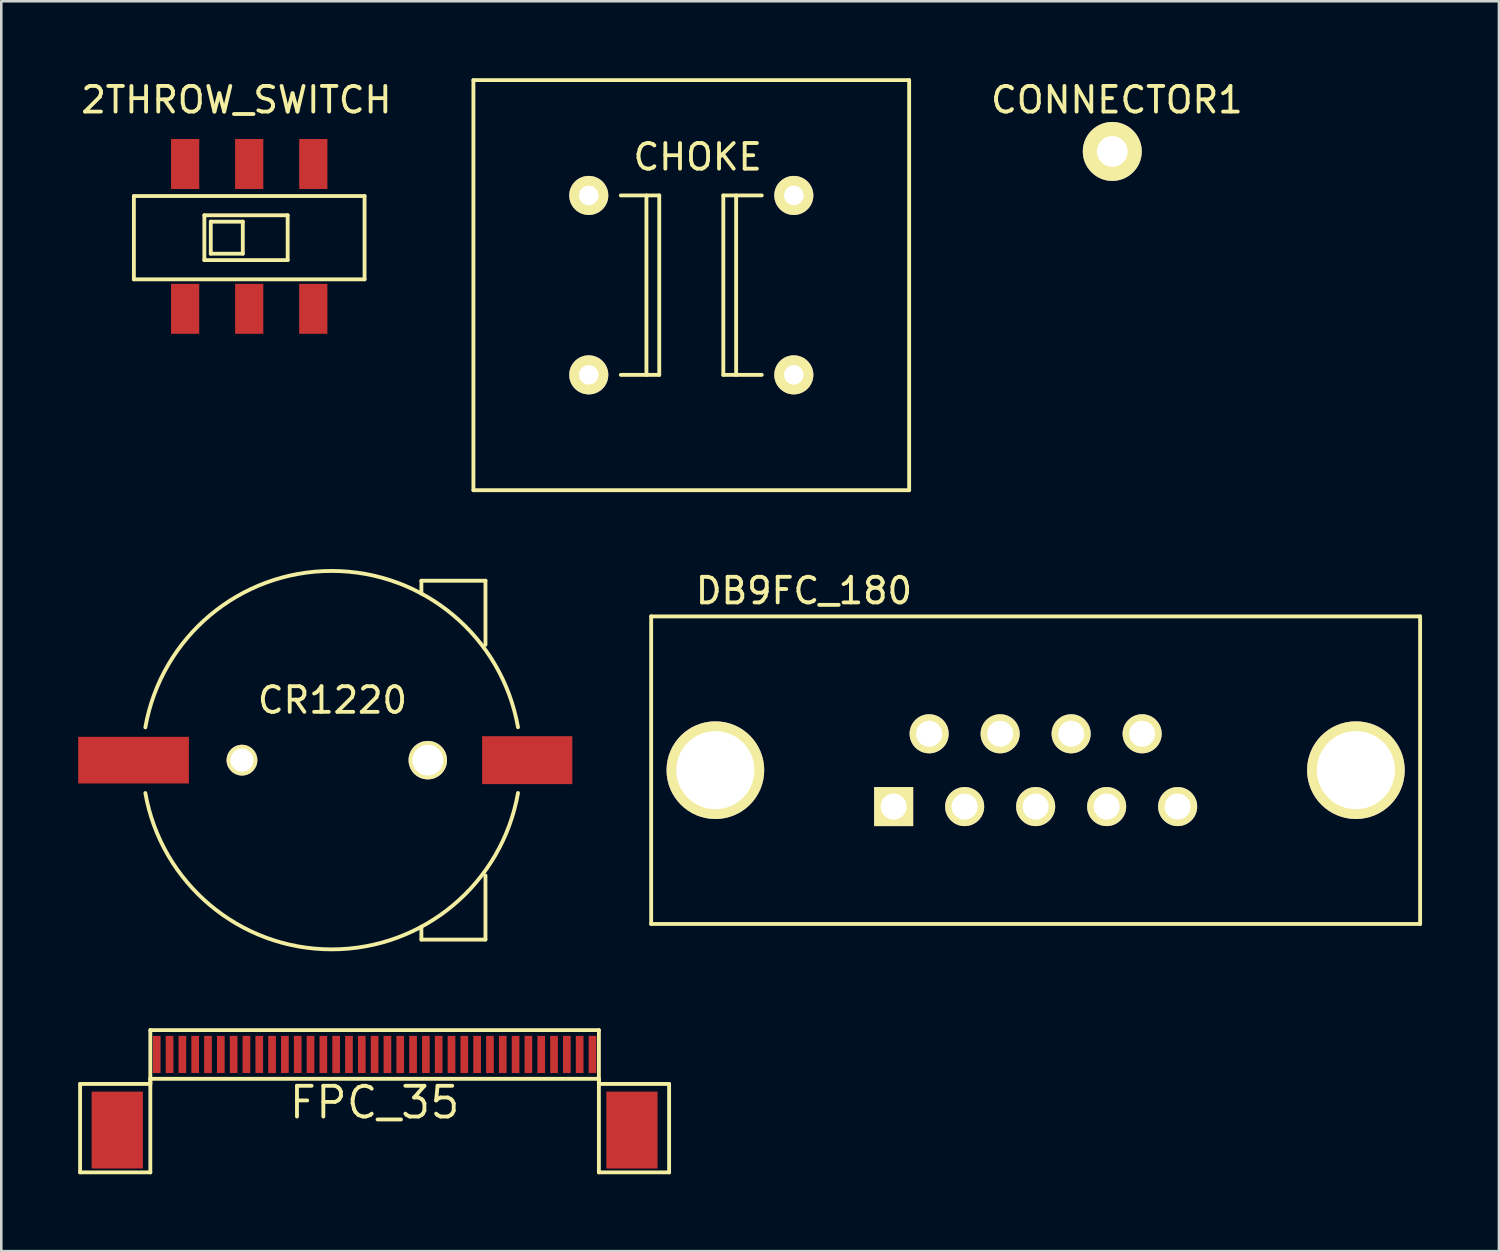
<source format=kicad_pcb>
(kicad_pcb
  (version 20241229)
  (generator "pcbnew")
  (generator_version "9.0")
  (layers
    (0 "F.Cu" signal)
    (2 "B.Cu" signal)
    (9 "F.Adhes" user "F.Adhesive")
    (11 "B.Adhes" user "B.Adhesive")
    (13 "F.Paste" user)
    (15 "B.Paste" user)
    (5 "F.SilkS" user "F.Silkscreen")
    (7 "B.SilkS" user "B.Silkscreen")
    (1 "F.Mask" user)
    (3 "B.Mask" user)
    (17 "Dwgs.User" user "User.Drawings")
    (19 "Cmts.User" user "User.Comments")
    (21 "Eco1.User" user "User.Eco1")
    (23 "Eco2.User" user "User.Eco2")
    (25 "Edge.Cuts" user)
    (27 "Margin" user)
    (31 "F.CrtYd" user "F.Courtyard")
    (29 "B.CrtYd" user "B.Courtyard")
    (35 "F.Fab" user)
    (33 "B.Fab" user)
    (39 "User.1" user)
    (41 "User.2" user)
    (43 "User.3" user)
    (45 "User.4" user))
  (footprint "DB9FC_180"
    (layer "F.Cu")
    (at 37.355 26.998)
    (property "Reference" "DB9FC_180" (at -9.04 -7 0) (layer "F.SilkS") (effects (font (size 1 1) (thickness 0.15))))
    (attr through_hole)
    (fp_line (start -15 -6) (end -15 6) (stroke (width 0.15) (type solid)) (layer "F.SilkS"))
    (fp_line (start -15 -6) (end 15 -6) (stroke (width 0.15) (type solid)) (layer "F.SilkS"))
    (fp_line (start -15 6) (end 15 6) (stroke (width 0.15) (type solid)) (layer "F.SilkS"))
    (fp_line (start 15 -6) (end 15 6) (stroke (width 0.15) (type solid)) (layer "F.SilkS"))
    (pad "" thru_hole circle (at -12.495 0) (size 3.81 3.81) (drill 3.048) (layers "*.Cu" "*.Mask" "F.SilkS"))
    (pad "" thru_hole circle (at 12.495 0) (size 3.81 3.81) (drill 3.048) (layers "*.Cu" "*.Mask" "F.SilkS"))
    (pad "1" thru_hole rect (at -5.54 1.42) (size 1.524 1.524) (drill 1.016) (layers "*.Cu" "*.Mask" "F.SilkS"))
    (pad "2" thru_hole circle (at -2.77 1.42) (size 1.524 1.524) (drill 1.016) (layers "*.Cu" "*.Mask" "F.SilkS"))
    (pad "3" thru_hole circle (at 0 1.42) (size 1.524 1.524) (drill 1.016) (layers "*.Cu" "*.Mask" "F.SilkS"))
    (pad "4" thru_hole circle (at 2.77 1.42) (size 1.524 1.524) (drill 1.016) (layers "*.Cu" "*.Mask" "F.SilkS"))
    (pad "5" thru_hole circle (at 5.54 1.42) (size 1.524 1.524) (drill 1.016) (layers "*.Cu" "*.Mask" "F.SilkS"))
    (pad "6" thru_hole circle (at -4.155 -1.42) (size 1.524 1.524) (drill 1.016) (layers "*.Cu" "*.Mask" "F.SilkS"))
    (pad "7" thru_hole circle (at -1.385 -1.42) (size 1.524 1.524) (drill 1.016) (layers "*.Cu" "*.Mask" "F.SilkS"))
    (pad "8" thru_hole circle (at 1.385 -1.42) (size 1.524 1.524) (drill 1.016) (layers "*.Cu" "*.Mask" "F.SilkS"))
    (pad "9" thru_hole circle (at 4.155 -1.42) (size 1.524 1.524) (drill 1.016) (layers "*.Cu" "*.Mask" "F.SilkS")))
  (footprint "FPC_35"
    (layer "F.Cu")
    (at 11.565 38.089)
    (property "Reference" "FPC_35" (at 0 1.875 0) (layer "F.SilkS") (effects (font (size 1.2 1.2) (thickness 0.15))))
    (attr through_hole)
    (fp_line (start -11.49 1.15) (end -8.75 1.15) (stroke (width 0.15) (type solid)) (layer "F.SilkS"))
    (fp_line (start -11.49 4.6) (end -11.49 1.15) (stroke (width 0.15) (type solid)) (layer "F.SilkS"))
    (fp_line (start -8.75 -0.95) (end 8.75 -0.95) (stroke (width 0.15) (type solid)) (layer "F.SilkS"))
    (fp_line (start -8.75 0.95) (end -8.75 4.6) (stroke (width 0.15) (type solid)) (layer "F.SilkS"))
    (fp_line (start -8.75 0.95) (end 8.75 0.95) (stroke (width 0.15) (type solid)) (layer "F.SilkS"))
    (fp_line (start -8.75 1.15) (end -8.75 -0.95) (stroke (width 0.15) (type solid)) (layer "F.SilkS"))
    (fp_line (start -8.75 4.6) (end -11.49 4.6) (stroke (width 0.15) (type solid)) (layer "F.SilkS"))
    (fp_line (start 8.75 0.95) (end 8.75 4.6) (stroke (width 0.15) (type solid)) (layer "F.SilkS"))
    (fp_line (start 8.75 1.15) (end 8.75 -0.95) (stroke (width 0.15) (type solid)) (layer "F.SilkS"))
    (fp_line (start 8.75 4.6) (end 11.49 4.6) (stroke (width 0.15) (type solid)) (layer "F.SilkS"))
    (fp_line (start 11.49 1.15) (end 8.75 1.15) (stroke (width 0.15) (type solid)) (layer "F.SilkS"))
    (fp_line (start 11.49 4.6) (end 11.49 1.15) (stroke (width 0.15) (type solid)) (layer "F.SilkS"))
    (pad "0" smd rect (at -10.04 2.95) (size 2 3) (layers "F.Cu" "F.Mask" "F.Paste"))
    (pad "0" smd rect (at 10.04 2.95) (size 2 3) (layers "F.Cu" "F.Mask" "F.Paste"))
    (pad "1" smd rect (at -8.5 0) (size 0.3 1.45) (layers "F.Cu" "F.Mask" "F.Paste"))
    (pad "2" smd rect (at -8 0) (size 0.3 1.45) (layers "F.Cu" "F.Mask" "F.Paste"))
    (pad "3" smd rect (at -7.5 0) (size 0.3 1.45) (layers "F.Cu" "F.Mask" "F.Paste"))
    (pad "4" smd rect (at -7 0) (size 0.3 1.45) (layers "F.Cu" "F.Mask" "F.Paste"))
    (pad "5" smd rect (at -6.5 0) (size 0.3 1.45) (layers "F.Cu" "F.Mask" "F.Paste"))
    (pad "6" smd rect (at -6 0) (size 0.3 1.45) (layers "F.Cu" "F.Mask" "F.Paste"))
    (pad "7" smd rect (at -5.5 0) (size 0.3 1.45) (layers "F.Cu" "F.Mask" "F.Paste"))
    (pad "8" smd rect (at -5 0) (size 0.3 1.45) (layers "F.Cu" "F.Mask" "F.Paste"))
    (pad "9" smd rect (at -4.5 0) (size 0.3 1.45) (layers "F.Cu" "F.Mask" "F.Paste"))
    (pad "10" smd rect (at -4 0) (size 0.3 1.45) (layers "F.Cu" "F.Mask" "F.Paste"))
    (pad "11" smd rect (at -3.5 0) (size 0.3 1.45) (layers "F.Cu" "F.Mask" "F.Paste"))
    (pad "12" smd rect (at -3 0) (size 0.3 1.45) (layers "F.Cu" "F.Mask" "F.Paste"))
    (pad "13" smd rect (at -2.5 0) (size 0.3 1.45) (layers "F.Cu" "F.Mask" "F.Paste"))
    (pad "14" smd rect (at -2 0) (size 0.3 1.45) (layers "F.Cu" "F.Mask" "F.Paste"))
    (pad "15" smd rect (at -1.5 0) (size 0.3 1.45) (layers "F.Cu" "F.Mask" "F.Paste"))
    (pad "16" smd rect (at -1 0) (size 0.3 1.45) (layers "F.Cu" "F.Mask" "F.Paste"))
    (pad "17" smd rect (at -0.5 0) (size 0.3 1.45) (layers "F.Cu" "F.Mask" "F.Paste"))
    (pad "18" smd rect (at 0 0) (size 0.3 1.45) (layers "F.Cu" "F.Mask" "F.Paste"))
    (pad "19" smd rect (at 0.5 0) (size 0.3 1.45) (layers "F.Cu" "F.Mask" "F.Paste"))
    (pad "20" smd rect (at 1 0) (size 0.3 1.45) (layers "F.Cu" "F.Mask" "F.Paste"))
    (pad "21" smd rect (at 1.5 0) (size 0.3 1.45) (layers "F.Cu" "F.Mask" "F.Paste"))
    (pad "22" smd rect (at 2 0) (size 0.3 1.45) (layers "F.Cu" "F.Mask" "F.Paste"))
    (pad "23" smd rect (at 2.5 0) (size 0.3 1.45) (layers "F.Cu" "F.Mask" "F.Paste"))
    (pad "24" smd rect (at 3 0) (size 0.3 1.45) (layers "F.Cu" "F.Mask" "F.Paste"))
    (pad "25" smd rect (at 3.5 0) (size 0.3 1.45) (layers "F.Cu" "F.Mask" "F.Paste"))
    (pad "26" smd rect (at 4 0) (size 0.3 1.45) (layers "F.Cu" "F.Mask" "F.Paste"))
    (pad "27" smd rect (at 4.5 0) (size 0.3 1.45) (layers "F.Cu" "F.Mask" "F.Paste"))
    (pad "28" smd rect (at 5 0) (size 0.3 1.45) (layers "F.Cu" "F.Mask" "F.Paste"))
    (pad "29" smd rect (at 5.5 0) (size 0.3 1.45) (layers "F.Cu" "F.Mask" "F.Paste"))
    (pad "30" smd rect (at 6 0) (size 0.3 1.45) (layers "F.Cu" "F.Mask" "F.Paste"))
    (pad "31" smd rect (at 6.5 0) (size 0.3 1.45) (layers "F.Cu" "F.Mask" "F.Paste"))
    (pad "32" smd rect (at 7 0) (size 0.3 1.45) (layers "F.Cu" "F.Mask" "F.Paste"))
    (pad "33" smd rect (at 7.5 0) (size 0.3 1.45) (layers "F.Cu" "F.Mask" "F.Paste"))
    (pad "34" smd rect (at 8 0) (size 0.3 1.45) (layers "F.Cu" "F.Mask" "F.Paste"))
    (pad "35" smd rect (at 8.5 0) (size 0.3 1.45) (layers "F.Cu" "F.Mask" "F.Paste")))
  (footprint "CHOKE"
    (layer "F.Cu")
    (at 23.92 8.075)
    (property "Reference" "CHOKE" (at 0.25 -5 0) (layer "F.SilkS") (effects (font (size 1 1) (thickness 0.15))))
    (attr through_hole)
    (fp_line (start -8.5 -8) (end -8.5 8) (stroke (width 0.15) (type solid)) (layer "F.SilkS"))
    (fp_line (start -8.5 -8) (end 8.5 -8) (stroke (width 0.15) (type solid)) (layer "F.SilkS"))
    (fp_line (start -8.5 8) (end 8.5 8) (stroke (width 0.15) (type solid)) (layer "F.SilkS"))
    (fp_line (start -2.75 -3.5) (end -1.25 -3.5) (stroke (width 0.15) (type solid)) (layer "F.SilkS"))
    (fp_line (start -2.75 3.5) (end -1.25 3.5) (stroke (width 0.15) (type solid)) (layer "F.SilkS"))
    (fp_line (start -1.75 -3.5) (end -1.75 3.5) (stroke (width 0.15) (type solid)) (layer "F.SilkS"))
    (fp_line (start -1.25 -3.5) (end -1.25 3.5) (stroke (width 0.15) (type solid)) (layer "F.SilkS"))
    (fp_line (start 1.25 -3.5) (end 1.25 3.5) (stroke (width 0.15) (type solid)) (layer "F.SilkS"))
    (fp_line (start 1.75 3.5) (end 1.75 -3.5) (stroke (width 0.15) (type solid)) (layer "F.SilkS"))
    (fp_line (start 2.75 -3.5) (end 1.25 -3.5) (stroke (width 0.15) (type solid)) (layer "F.SilkS"))
    (fp_line (start 2.75 3.5) (end 1.25 3.5) (stroke (width 0.15) (type solid)) (layer "F.SilkS"))
    (fp_line (start 8.5 -8) (end 8.5 8) (stroke (width 0.15) (type solid)) (layer "F.SilkS"))
    (pad "1" thru_hole circle (at -4 -3.5) (size 1.524 1.524) (drill 0.762) (layers "*.Cu" "*.Mask" "F.SilkS"))
    (pad "2" thru_hole circle (at -4 3.5) (size 1.524 1.524) (drill 0.762) (layers "*.Cu" "*.Mask" "F.SilkS"))
    (pad "3" thru_hole circle (at 4 3.5) (size 1.524 1.524) (drill 0.762) (layers "*.Cu" "*.Mask" "F.SilkS"))
    (pad "4" thru_hole circle (at 4 -3.5) (size 1.524 1.524) (drill 0.762) (layers "*.Cu" "*.Mask" "F.SilkS")))
  (footprint "CR1220"
    (layer "F.Cu")
    (at 9.89 26.607)
    (property "Reference" "CR1220" (at 0.03 -2.34 0) (layer "F.SilkS") (effects (font (size 1 1) (thickness 0.15))))
    (attr through_hole)
    (fp_line (start 3.5 -7) (end 3.5 -6.5) (stroke (width 0.15) (type solid)) (layer "F.SilkS"))
    (fp_line (start 3.5 7) (end 3.5 6.5) (stroke (width 0.15) (type solid)) (layer "F.SilkS"))
    (fp_line (start 3.5 7) (end 6 7) (stroke (width 0.15) (type solid)) (layer "F.SilkS"))
    (fp_line (start 6 -7) (end 3.5 -7) (stroke (width 0.15) (type solid)) (layer "F.SilkS"))
    (fp_line (start 6 -4.5) (end 6 -7) (stroke (width 0.15) (type solid)) (layer "F.SilkS"))
    (fp_line (start 6 7) (end 6 4.5) (stroke (width 0.15) (type solid)) (layer "F.SilkS"))
    (fp_arc (start -7.27 -1.28) (mid -0.001868 -7.381822) (end 7.269351 -1.28368) (stroke (width 0.15) (type solid)) (layer "F.SilkS"))
    (fp_arc (start 7.27 1.28) (mid 0.001868 7.381822) (end -7.269351 1.28368) (stroke (width 0.15) (type solid)) (layer "F.SilkS"))
    (pad "" np_thru_hole circle (at -3.5 0) (size 1.2 1.2) (drill 0.9) (layers "*.Cu" "*.Mask" "F.SilkS"))
    (pad "" np_thru_hole circle (at 3.75 0) (size 1.5 1.5) (drill 1.2) (layers "*.Cu" "*.Mask" "F.SilkS"))
    (pad "1" smd rect (at 7.63 0) (size 3.52 1.87) (layers "F.Cu" "F.Mask" "F.Paste"))
    (pad "2" smd rect (at -7.73 0) (size 4.32 1.82) (layers "F.Cu" "F.Mask" "F.Paste")))
  (footprint "2THROW_SWITCH"
    (layer "F.Cu")
    (at 6.423 6.098)
    (property "Reference" "2THROW_SWITCH" (at -0.25 -5.25 0) (layer "F.SilkS") (effects (font (size 1 1) (thickness 0.15))))
    (attr through_hole)
    (fp_line (start -4.25 -1.5) (end -4.25 1.75) (stroke (width 0.15) (type solid)) (layer "F.SilkS"))
    (fp_line (start -4.25 -1.5) (end 4.75 -1.5) (stroke (width 0.15) (type solid)) (layer "F.SilkS"))
    (fp_line (start -4.25 1.75) (end 4.75 1.75) (stroke (width 0.15) (type solid)) (layer "F.SilkS"))
    (fp_line (start -1.5 -0.75) (end 1.75 -0.75) (stroke (width 0.15) (type solid)) (layer "F.SilkS"))
    (fp_line (start -1.5 1) (end -1.5 -0.75) (stroke (width 0.15) (type solid)) (layer "F.SilkS"))
    (fp_line (start -1.25 -0.5) (end 0 -0.5) (stroke (width 0.15) (type solid)) (layer "F.SilkS"))
    (fp_line (start -1.25 0.75) (end -1.25 -0.5) (stroke (width 0.15) (type solid)) (layer "F.SilkS"))
    (fp_line (start 0 -0.5) (end 0 0.75) (stroke (width 0.15) (type solid)) (layer "F.SilkS"))
    (fp_line (start 0 0.75) (end -1.25 0.75) (stroke (width 0.15) (type solid)) (layer "F.SilkS"))
    (fp_line (start 1.75 -0.75) (end 1.75 1) (stroke (width 0.15) (type solid)) (layer "F.SilkS"))
    (fp_line (start 1.75 1) (end -1.5 1) (stroke (width 0.15) (type solid)) (layer "F.SilkS"))
    (fp_line (start 4.75 1.75) (end 4.75 -1.5) (stroke (width 0.15) (type solid)) (layer "F.SilkS"))
    (pad "1" smd rect (at -2.25 -2.75) (size 1.1 1.95) (layers "F.Cu" "F.Mask" "F.Paste"))
    (pad "1" smd rect (at -2.25 2.9) (size 1.1 1.95) (layers "F.Cu" "F.Mask" "F.Paste"))
    (pad "2" smd rect (at 0.25 -2.75) (size 1.1 1.95) (layers "F.Cu" "F.Mask" "F.Paste"))
    (pad "2" smd rect (at 0.25 2.9) (size 1.1 1.95) (layers "F.Cu" "F.Mask" "F.Paste"))
    (pad "3" smd rect (at 2.75 -2.75) (size 1.1 1.95) (layers "F.Cu" "F.Mask" "F.Paste"))
    (pad "3" smd rect (at 2.75 2.9) (size 1.1 1.95) (layers "F.Cu" "F.Mask" "F.Paste")))
  (footprint "CONNECTOR1"
    (layer "F.Cu")
    (at 40.345 2.858)
    (property "Reference" "CONNECTOR1" (at 0.18 -2.01 0) (layer "F.SilkS") (effects (font (size 1 1) (thickness 0.15))))
    (attr through_hole)
    (pad "1" thru_hole circle (at 0 0) (size 2.3 2.3) (drill 1.2) (layers "*.Cu" "*.Mask" "F.SilkS")))
  (gr_rect
    (start -3 -3)
    (end 55.43 45.764)
    (stroke (width 0.1) (type default))
    (fill no)
    (layer "Edge.Cuts")))
</source>
